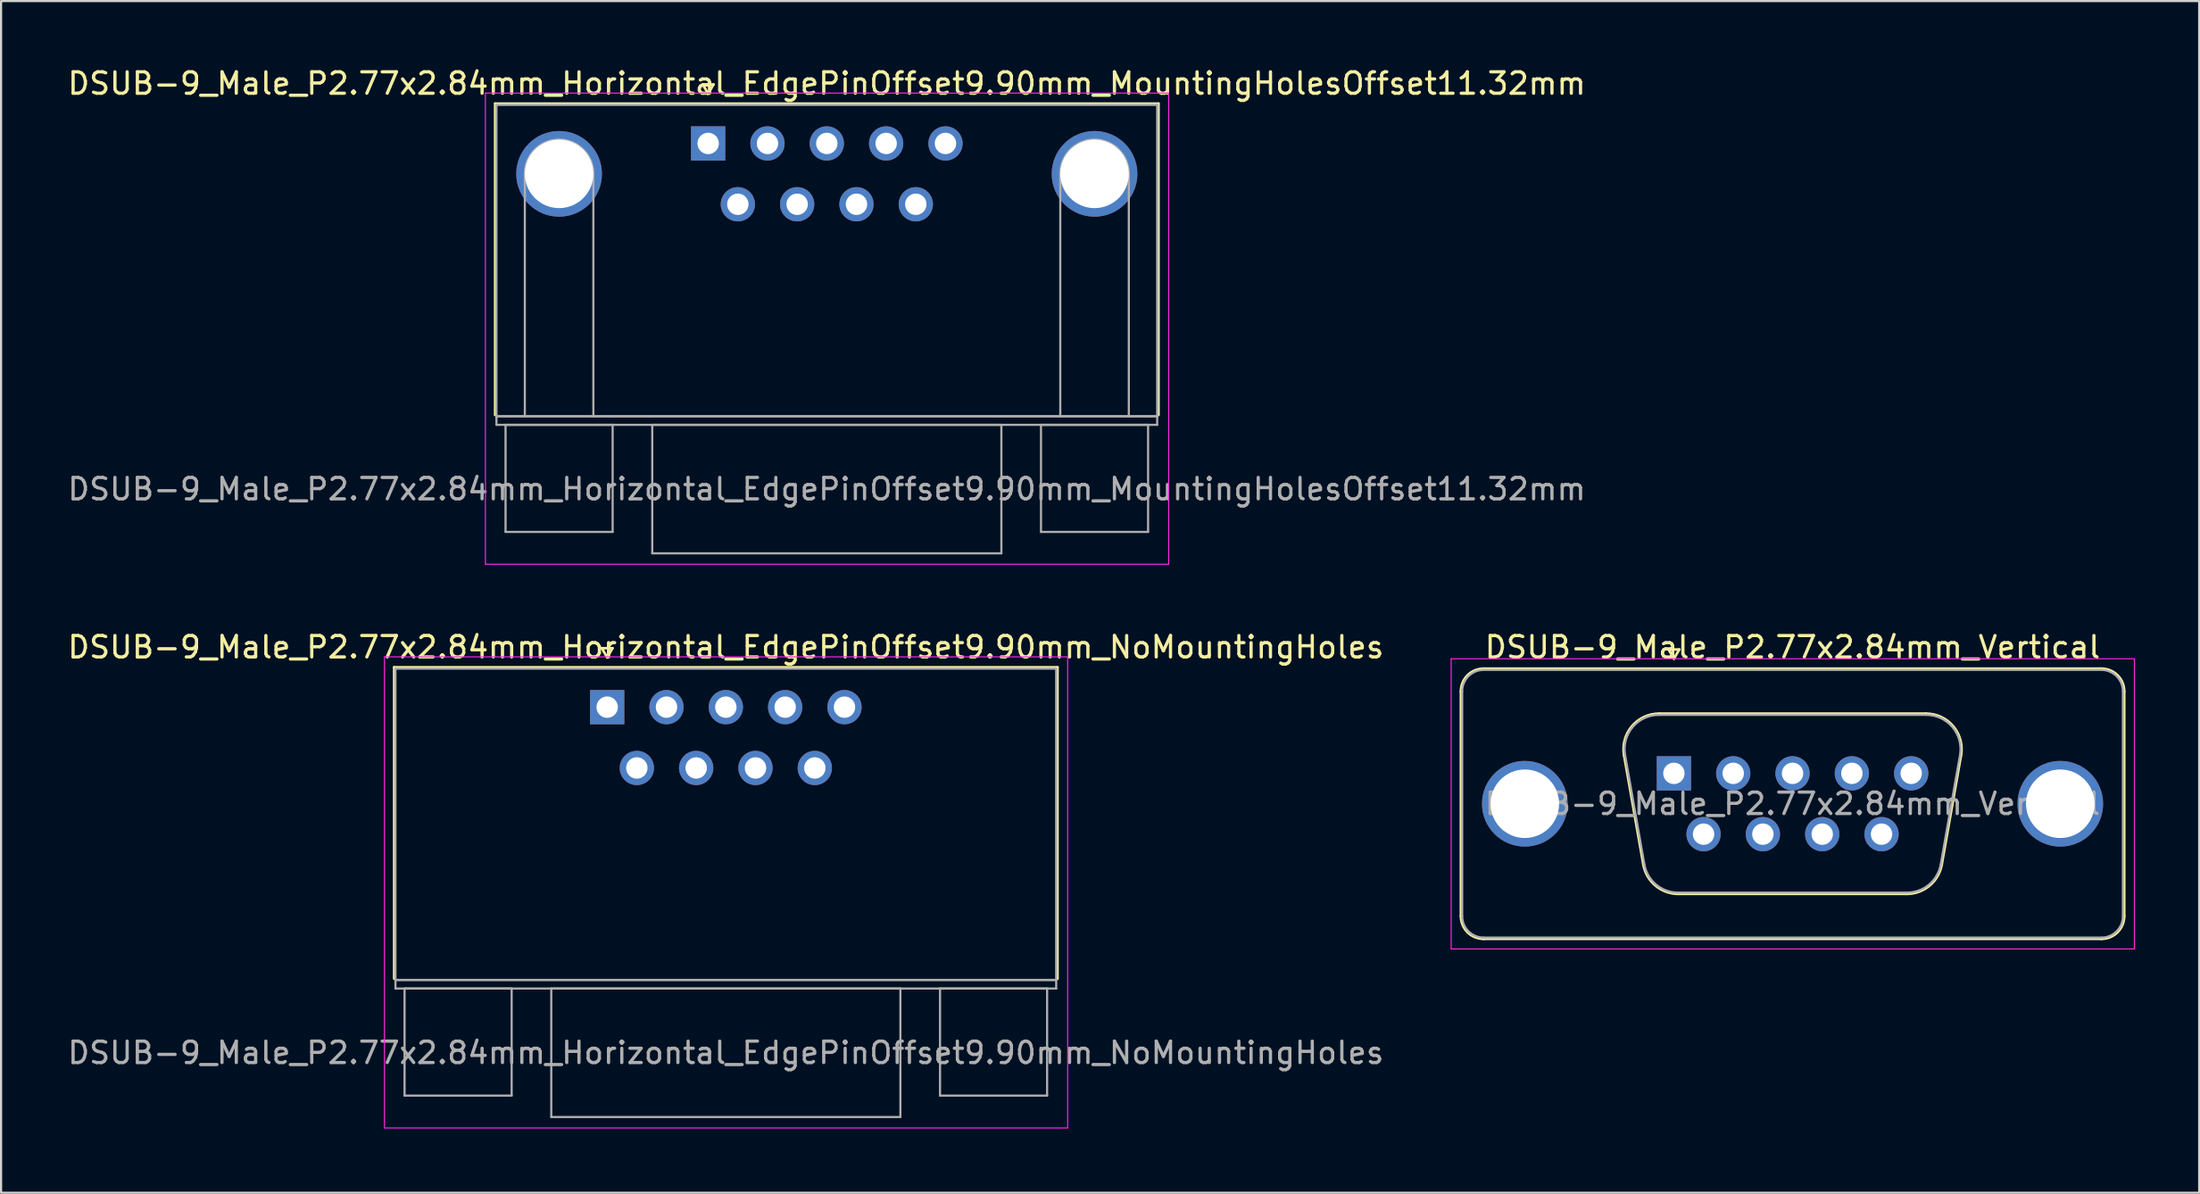
<source format=kicad_pcb>
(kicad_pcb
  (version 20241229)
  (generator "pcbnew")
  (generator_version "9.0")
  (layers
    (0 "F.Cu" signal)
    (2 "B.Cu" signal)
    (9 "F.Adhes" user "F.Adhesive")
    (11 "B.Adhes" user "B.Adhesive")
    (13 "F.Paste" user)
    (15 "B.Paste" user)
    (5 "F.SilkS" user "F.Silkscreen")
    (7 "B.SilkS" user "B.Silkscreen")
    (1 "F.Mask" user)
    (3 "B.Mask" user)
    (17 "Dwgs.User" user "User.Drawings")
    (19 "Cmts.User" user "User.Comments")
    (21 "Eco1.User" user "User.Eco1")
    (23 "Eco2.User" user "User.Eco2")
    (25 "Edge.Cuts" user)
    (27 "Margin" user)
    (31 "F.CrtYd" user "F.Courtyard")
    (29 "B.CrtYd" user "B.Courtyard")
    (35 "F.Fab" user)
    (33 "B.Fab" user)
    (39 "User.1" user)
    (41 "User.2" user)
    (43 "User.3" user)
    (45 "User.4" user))
  (footprint "DSUB-9_Male_P2.77x2.84mm_Horizontal_EdgePinOffset9.90mm_MountingHolesOffset11.32mm"
    (layer "F.Cu")
    (at 30.014 3.648)
    (property "Reference" "DSUB-9_Male_P2.77x2.84mm_Horizontal_EdgePinOffset9.90mm_MountingHolesOffset11.32mm" (at 5.54 -2.8 0) (layer "F.SilkS") (effects (font (size 1 1) (thickness 0.15))))
    (attr through_hole)
    (fp_line (start -9.945 -1.86) (end 21.025 -1.86) (stroke (width 0.12) (type solid)) (layer "F.SilkS"))
    (fp_line (start -9.945 12.68) (end -9.945 -1.86) (stroke (width 0.12) (type solid)) (layer "F.SilkS"))
    (fp_line (start -0.25 -2.754) (end 0.25 -2.754) (stroke (width 0.12) (type solid)) (layer "F.SilkS"))
    (fp_line (start 0 -2.321) (end -0.25 -2.754) (stroke (width 0.12) (type solid)) (layer "F.SilkS"))
    (fp_line (start 0.25 -2.754) (end 0 -2.321) (stroke (width 0.12) (type solid)) (layer "F.SilkS"))
    (fp_line (start 21.025 -1.86) (end 21.025 12.68) (stroke (width 0.12) (type solid)) (layer "F.SilkS"))
    (fp_line (start -10.4 -2.35) (end -10.4 19.65) (stroke (width 0.05) (type solid)) (layer "F.CrtYd"))
    (fp_line (start -10.4 19.65) (end 21.5 19.65) (stroke (width 0.05) (type solid)) (layer "F.CrtYd"))
    (fp_line (start 21.5 -2.35) (end -10.4 -2.35) (stroke (width 0.05) (type solid)) (layer "F.CrtYd"))
    (fp_line (start 21.5 19.65) (end 21.5 -2.35) (stroke (width 0.05) (type solid)) (layer "F.CrtYd"))
    (fp_line (start -9.885 -1.8) (end -9.885 12.74) (stroke (width 0.1) (type solid)) (layer "F.Fab"))
    (fp_line (start -9.885 12.74) (end -9.885 13.14) (stroke (width 0.1) (type solid)) (layer "F.Fab"))
    (fp_line (start -9.885 12.74) (end 20.965 12.74) (stroke (width 0.1) (type solid)) (layer "F.Fab"))
    (fp_line (start -9.885 13.14) (end 20.965 13.14) (stroke (width 0.1) (type solid)) (layer "F.Fab"))
    (fp_line (start -9.46 13.14) (end -9.46 18.14) (stroke (width 0.1) (type solid)) (layer "F.Fab"))
    (fp_line (start -9.46 18.14) (end -4.46 18.14) (stroke (width 0.1) (type solid)) (layer "F.Fab"))
    (fp_line (start -8.56 12.74) (end -8.56 1.42) (stroke (width 0.1) (type solid)) (layer "F.Fab"))
    (fp_line (start -5.36 12.74) (end -5.36 1.42) (stroke (width 0.1) (type solid)) (layer "F.Fab"))
    (fp_line (start -4.46 13.14) (end -9.46 13.14) (stroke (width 0.1) (type solid)) (layer "F.Fab"))
    (fp_line (start -4.46 18.14) (end -4.46 13.14) (stroke (width 0.1) (type solid)) (layer "F.Fab"))
    (fp_line (start -2.61 13.14) (end -2.61 19.14) (stroke (width 0.1) (type solid)) (layer "F.Fab"))
    (fp_line (start -2.61 19.14) (end 13.69 19.14) (stroke (width 0.1) (type solid)) (layer "F.Fab"))
    (fp_line (start 13.69 13.14) (end -2.61 13.14) (stroke (width 0.1) (type solid)) (layer "F.Fab"))
    (fp_line (start 13.69 19.14) (end 13.69 13.14) (stroke (width 0.1) (type solid)) (layer "F.Fab"))
    (fp_line (start 15.54 13.14) (end 15.54 18.14) (stroke (width 0.1) (type solid)) (layer "F.Fab"))
    (fp_line (start 15.54 18.14) (end 20.54 18.14) (stroke (width 0.1) (type solid)) (layer "F.Fab"))
    (fp_line (start 16.44 12.74) (end 16.44 1.42) (stroke (width 0.1) (type solid)) (layer "F.Fab"))
    (fp_line (start 19.64 12.74) (end 19.64 1.42) (stroke (width 0.1) (type solid)) (layer "F.Fab"))
    (fp_line (start 20.54 13.14) (end 15.54 13.14) (stroke (width 0.1) (type solid)) (layer "F.Fab"))
    (fp_line (start 20.54 18.14) (end 20.54 13.14) (stroke (width 0.1) (type solid)) (layer "F.Fab"))
    (fp_line (start 20.965 -1.8) (end -9.885 -1.8) (stroke (width 0.1) (type solid)) (layer "F.Fab"))
    (fp_line (start 20.965 12.74) (end -9.885 12.74) (stroke (width 0.1) (type solid)) (layer "F.Fab"))
    (fp_line (start 20.965 12.74) (end 20.965 -1.8) (stroke (width 0.1) (type solid)) (layer "F.Fab"))
    (fp_line (start 20.965 13.14) (end 20.965 12.74) (stroke (width 0.1) (type solid)) (layer "F.Fab"))
    (fp_arc (start -8.56 1.42) (mid -6.96 -0.18) (end -5.36 1.42) (stroke (width 0.1) (type solid)) (layer "F.Fab"))
    (fp_arc (start 16.44 1.42) (mid 18.04 -0.18) (end 19.64 1.42) (stroke (width 0.1) (type solid)) (layer "F.Fab"))
    (fp_text user "${REFERENCE}" (at 5.54 16.14 0) (layer "F.Fab") (effects (font (size 1 1) (thickness 0.15))))
    (pad "0" thru_hole circle (at -6.96 1.42) (size 4 4) (drill 3.2) (layers "*.Cu" "*.Mask"))
    (pad "0" thru_hole circle (at 18.04 1.42) (size 4 4) (drill 3.2) (layers "*.Cu" "*.Mask"))
    (pad "1" thru_hole rect (at 0 0) (size 1.6 1.6) (drill 1) (layers "*.Cu" "*.Mask"))
    (pad "2" thru_hole circle (at 2.77 0) (size 1.6 1.6) (drill 1) (layers "*.Cu" "*.Mask"))
    (pad "3" thru_hole circle (at 5.54 0) (size 1.6 1.6) (drill 1) (layers "*.Cu" "*.Mask"))
    (pad "4" thru_hole circle (at 8.31 0) (size 1.6 1.6) (drill 1) (layers "*.Cu" "*.Mask"))
    (pad "5" thru_hole circle (at 11.08 0) (size 1.6 1.6) (drill 1) (layers "*.Cu" "*.Mask"))
    (pad "6" thru_hole circle (at 1.385 2.84) (size 1.6 1.6) (drill 1) (layers "*.Cu" "*.Mask"))
    (pad "7" thru_hole circle (at 4.155 2.84) (size 1.6 1.6) (drill 1) (layers "*.Cu" "*.Mask"))
    (pad "8" thru_hole circle (at 6.925 2.84) (size 1.6 1.6) (drill 1) (layers "*.Cu" "*.Mask"))
    (pad "9" thru_hole circle (at 9.695 2.84) (size 1.6 1.6) (drill 1) (layers "*.Cu" "*.Mask")))
  (footprint "DSUB-9_Male_P2.77x2.84mm_Horizontal_EdgePinOffset9.90mm_NoMountingHoles"
    (layer "F.Cu")
    (at 25.299 29.971)
    (property "Reference" "DSUB-9_Male_P2.77x2.84mm_Horizontal_EdgePinOffset9.90mm_NoMountingHoles" (at 5.54 -2.8 0) (layer "F.SilkS") (effects (font (size 1 1) (thickness 0.15))))
    (attr through_hole)
    (fp_line (start -9.945 -1.86) (end 21.025 -1.86) (stroke (width 0.12) (type solid)) (layer "F.SilkS"))
    (fp_line (start -9.945 12.68) (end -9.945 -1.86) (stroke (width 0.12) (type solid)) (layer "F.SilkS"))
    (fp_line (start -0.25 -2.754) (end 0.25 -2.754) (stroke (width 0.12) (type solid)) (layer "F.SilkS"))
    (fp_line (start 0 -2.321) (end -0.25 -2.754) (stroke (width 0.12) (type solid)) (layer "F.SilkS"))
    (fp_line (start 0.25 -2.754) (end 0 -2.321) (stroke (width 0.12) (type solid)) (layer "F.SilkS"))
    (fp_line (start 21.025 -1.86) (end 21.025 12.68) (stroke (width 0.12) (type solid)) (layer "F.SilkS"))
    (fp_line (start -10.4 -2.35) (end -10.4 19.65) (stroke (width 0.05) (type solid)) (layer "F.CrtYd"))
    (fp_line (start -10.4 19.65) (end 21.5 19.65) (stroke (width 0.05) (type solid)) (layer "F.CrtYd"))
    (fp_line (start 21.5 -2.35) (end -10.4 -2.35) (stroke (width 0.05) (type solid)) (layer "F.CrtYd"))
    (fp_line (start 21.5 19.65) (end 21.5 -2.35) (stroke (width 0.05) (type solid)) (layer "F.CrtYd"))
    (fp_line (start -9.885 -1.8) (end -9.885 12.74) (stroke (width 0.1) (type solid)) (layer "F.Fab"))
    (fp_line (start -9.885 12.74) (end -9.885 13.14) (stroke (width 0.1) (type solid)) (layer "F.Fab"))
    (fp_line (start -9.885 12.74) (end 20.965 12.74) (stroke (width 0.1) (type solid)) (layer "F.Fab"))
    (fp_line (start -9.885 13.14) (end 20.965 13.14) (stroke (width 0.1) (type solid)) (layer "F.Fab"))
    (fp_line (start -9.46 13.14) (end -9.46 18.14) (stroke (width 0.1) (type solid)) (layer "F.Fab"))
    (fp_line (start -9.46 18.14) (end -4.46 18.14) (stroke (width 0.1) (type solid)) (layer "F.Fab"))
    (fp_line (start -4.46 13.14) (end -9.46 13.14) (stroke (width 0.1) (type solid)) (layer "F.Fab"))
    (fp_line (start -4.46 18.14) (end -4.46 13.14) (stroke (width 0.1) (type solid)) (layer "F.Fab"))
    (fp_line (start -2.61 13.14) (end -2.61 19.14) (stroke (width 0.1) (type solid)) (layer "F.Fab"))
    (fp_line (start -2.61 19.14) (end 13.69 19.14) (stroke (width 0.1) (type solid)) (layer "F.Fab"))
    (fp_line (start 13.69 13.14) (end -2.61 13.14) (stroke (width 0.1) (type solid)) (layer "F.Fab"))
    (fp_line (start 13.69 19.14) (end 13.69 13.14) (stroke (width 0.1) (type solid)) (layer "F.Fab"))
    (fp_line (start 15.54 13.14) (end 15.54 18.14) (stroke (width 0.1) (type solid)) (layer "F.Fab"))
    (fp_line (start 15.54 18.14) (end 20.54 18.14) (stroke (width 0.1) (type solid)) (layer "F.Fab"))
    (fp_line (start 20.54 13.14) (end 15.54 13.14) (stroke (width 0.1) (type solid)) (layer "F.Fab"))
    (fp_line (start 20.54 18.14) (end 20.54 13.14) (stroke (width 0.1) (type solid)) (layer "F.Fab"))
    (fp_line (start 20.965 -1.8) (end -9.885 -1.8) (stroke (width 0.1) (type solid)) (layer "F.Fab"))
    (fp_line (start 20.965 12.74) (end -9.885 12.74) (stroke (width 0.1) (type solid)) (layer "F.Fab"))
    (fp_line (start 20.965 12.74) (end 20.965 -1.8) (stroke (width 0.1) (type solid)) (layer "F.Fab"))
    (fp_line (start 20.965 13.14) (end 20.965 12.74) (stroke (width 0.1) (type solid)) (layer "F.Fab"))
    (fp_text user "${REFERENCE}" (at 5.54 16.14 0) (layer "F.Fab") (effects (font (size 1 1) (thickness 0.15))))
    (pad "1" thru_hole rect (at 0 0) (size 1.6 1.6) (drill 1) (layers "*.Cu" "*.Mask"))
    (pad "2" thru_hole circle (at 2.77 0) (size 1.6 1.6) (drill 1) (layers "*.Cu" "*.Mask"))
    (pad "3" thru_hole circle (at 5.54 0) (size 1.6 1.6) (drill 1) (layers "*.Cu" "*.Mask"))
    (pad "4" thru_hole circle (at 8.31 0) (size 1.6 1.6) (drill 1) (layers "*.Cu" "*.Mask"))
    (pad "5" thru_hole circle (at 11.08 0) (size 1.6 1.6) (drill 1) (layers "*.Cu" "*.Mask"))
    (pad "6" thru_hole circle (at 1.385 2.84) (size 1.6 1.6) (drill 1) (layers "*.Cu" "*.Mask"))
    (pad "7" thru_hole circle (at 4.155 2.84) (size 1.6 1.6) (drill 1) (layers "*.Cu" "*.Mask"))
    (pad "8" thru_hole circle (at 6.925 2.84) (size 1.6 1.6) (drill 1) (layers "*.Cu" "*.Mask"))
    (pad "9" thru_hole circle (at 9.695 2.84) (size 1.6 1.6) (drill 1) (layers "*.Cu" "*.Mask")))
  (footprint "DSUB-9_Male_P2.77x2.84mm_Vertical"
    (layer "F.Cu")
    (at 75.104 33.062)
    (property "Reference" "DSUB-9_Male_P2.77x2.84mm_Vertical" (at 5.54 -5.89 0) (layer "F.SilkS") (effects (font (size 1 1) (thickness 0.15))))
    (attr through_hole)
    (fp_line (start -9.945 6.67) (end -9.945 -3.83) (stroke (width 0.12) (type solid)) (layer "F.SilkS"))
    (fp_line (start -8.885 -4.89) (end 19.965 -4.89) (stroke (width 0.12) (type solid)) (layer "F.SilkS"))
    (fp_line (start -2.326 -0.842) (end -1.427 4.258) (stroke (width 0.12) (type solid)) (layer "F.SilkS"))
    (fp_line (start -0.692 -2.79) (end 11.772 -2.79) (stroke (width 0.12) (type solid)) (layer "F.SilkS"))
    (fp_line (start -0.25 -5.784) (end 0.25 -5.784) (stroke (width 0.12) (type solid)) (layer "F.SilkS"))
    (fp_line (start 0 -5.351) (end -0.25 -5.784) (stroke (width 0.12) (type solid)) (layer "F.SilkS"))
    (fp_line (start 0.208 5.63) (end 10.872 5.63) (stroke (width 0.12) (type solid)) (layer "F.SilkS"))
    (fp_line (start 0.25 -5.784) (end 0 -5.351) (stroke (width 0.12) (type solid)) (layer "F.SilkS"))
    (fp_line (start 13.406 -0.842) (end 12.507 4.258) (stroke (width 0.12) (type solid)) (layer "F.SilkS"))
    (fp_line (start 19.965 7.73) (end -8.885 7.73) (stroke (width 0.12) (type solid)) (layer "F.SilkS"))
    (fp_line (start 21.025 -3.83) (end 21.025 6.67) (stroke (width 0.12) (type solid)) (layer "F.SilkS"))
    (fp_arc (start -9.945 -3.83) (mid -9.634533 -4.579533) (end -8.885 -4.89) (stroke (width 0.12) (type solid)) (layer "F.SilkS"))
    (fp_arc (start -8.885 7.73) (mid -9.634533 7.419533) (end -9.945 6.67) (stroke (width 0.12) (type solid)) (layer "F.SilkS"))
    (fp_arc (start -2.32647 -0.841744) (mid -1.963323 -2.197028) (end -0.691689 -2.79) (stroke (width 0.12) (type solid)) (layer "F.SilkS"))
    (fp_arc (start 0.207579 5.63) (mid -0.859448 5.241634) (end -1.427202 4.258256) (stroke (width 0.12) (type solid)) (layer "F.SilkS"))
    (fp_arc (start 11.771689 -2.79) (mid 13.043323 -2.197027) (end 13.40647 -0.841744) (stroke (width 0.12) (type solid)) (layer "F.SilkS"))
    (fp_arc (start 12.507202 4.258256) (mid 11.939449 5.241634) (end 10.872421 5.63) (stroke (width 0.12) (type solid)) (layer "F.SilkS"))
    (fp_arc (start 19.965 -4.89) (mid 20.714533 -4.579533) (end 21.025 -3.83) (stroke (width 0.12) (type solid)) (layer "F.SilkS"))
    (fp_arc (start 21.025 6.67) (mid 20.714533 7.419533) (end 19.965 7.73) (stroke (width 0.12) (type solid)) (layer "F.SilkS"))
    (fp_line (start -10.4 -5.35) (end -10.4 8.2) (stroke (width 0.05) (type solid)) (layer "F.CrtYd"))
    (fp_line (start -10.4 8.2) (end 21.5 8.2) (stroke (width 0.05) (type solid)) (layer "F.CrtYd"))
    (fp_line (start 21.5 -5.35) (end -10.4 -5.35) (stroke (width 0.05) (type solid)) (layer "F.CrtYd"))
    (fp_line (start 21.5 8.2) (end 21.5 -5.35) (stroke (width 0.05) (type solid)) (layer "F.CrtYd"))
    (fp_line (start -9.885 6.67) (end -9.885 -3.83) (stroke (width 0.1) (type solid)) (layer "F.Fab"))
    (fp_line (start -8.885 -4.83) (end 19.965 -4.83) (stroke (width 0.1) (type solid)) (layer "F.Fab"))
    (fp_line (start -2.279 -0.852) (end -1.38 4.248) (stroke (width 0.1) (type solid)) (layer "F.Fab"))
    (fp_line (start -0.703 -2.73) (end 11.783 -2.73) (stroke (width 0.1) (type solid)) (layer "F.Fab"))
    (fp_line (start 0.196 5.57) (end 10.884 5.57) (stroke (width 0.1) (type solid)) (layer "F.Fab"))
    (fp_line (start 13.359 -0.852) (end 12.46 4.248) (stroke (width 0.1) (type solid)) (layer "F.Fab"))
    (fp_line (start 19.965 7.67) (end -8.885 7.67) (stroke (width 0.1) (type solid)) (layer "F.Fab"))
    (fp_line (start 20.965 -3.83) (end 20.965 6.67) (stroke (width 0.1) (type solid)) (layer "F.Fab"))
    (fp_arc (start -9.885 -3.83) (mid -9.592107 -4.537107) (end -8.885 -4.83) (stroke (width 0.1) (type solid)) (layer "F.Fab"))
    (fp_arc (start -8.885 7.67) (mid -9.592107 7.377107) (end -9.885 6.67) (stroke (width 0.1) (type solid)) (layer "F.Fab"))
    (fp_arc (start -2.278886 -0.852163) (mid -1.928865 -2.15846) (end -0.703194 -2.73) (stroke (width 0.1) (type solid)) (layer "F.Fab"))
    (fp_arc (start 0.196073 5.57) (mid -0.832387 5.195671) (end -1.379619 4.247837) (stroke (width 0.1) (type solid)) (layer "F.Fab"))
    (fp_arc (start 11.783194 -2.73) (mid 13.008865 -2.15846) (end 13.358886 -0.852163) (stroke (width 0.1) (type solid)) (layer "F.Fab"))
    (fp_arc (start 12.459619 4.247837) (mid 11.912387 5.195671) (end 10.883927 5.57) (stroke (width 0.1) (type solid)) (layer "F.Fab"))
    (fp_arc (start 19.965 -4.83) (mid 20.672107 -4.537107) (end 20.965 -3.83) (stroke (width 0.1) (type solid)) (layer "F.Fab"))
    (fp_arc (start 20.965 6.67) (mid 20.672107 7.377107) (end 19.965 7.67) (stroke (width 0.1) (type solid)) (layer "F.Fab"))
    (fp_text user "${REFERENCE}" (at 5.54 1.42 0) (layer "F.Fab") (effects (font (size 1 1) (thickness 0.15))))
    (pad "0" thru_hole circle (at -6.96 1.42) (size 4 4) (drill 3.2) (layers "*.Cu" "*.Mask"))
    (pad "0" thru_hole circle (at 18.04 1.42) (size 4 4) (drill 3.2) (layers "*.Cu" "*.Mask"))
    (pad "1" thru_hole rect (at 0 0) (size 1.6 1.6) (drill 1) (layers "*.Cu" "*.Mask"))
    (pad "2" thru_hole circle (at 2.77 0) (size 1.6 1.6) (drill 1) (layers "*.Cu" "*.Mask"))
    (pad "3" thru_hole circle (at 5.54 0) (size 1.6 1.6) (drill 1) (layers "*.Cu" "*.Mask"))
    (pad "4" thru_hole circle (at 8.31 0) (size 1.6 1.6) (drill 1) (layers "*.Cu" "*.Mask"))
    (pad "5" thru_hole circle (at 11.08 0) (size 1.6 1.6) (drill 1) (layers "*.Cu" "*.Mask"))
    (pad "6" thru_hole circle (at 1.385 2.84) (size 1.6 1.6) (drill 1) (layers "*.Cu" "*.Mask"))
    (pad "7" thru_hole circle (at 4.155 2.84) (size 1.6 1.6) (drill 1) (layers "*.Cu" "*.Mask"))
    (pad "8" thru_hole circle (at 6.925 2.84) (size 1.6 1.6) (drill 1) (layers "*.Cu" "*.Mask"))
    (pad "9" thru_hole circle (at 9.695 2.84) (size 1.6 1.6) (drill 1) (layers "*.Cu" "*.Mask")))
  (gr_rect
    (start -3 -3)
    (end 99.629 52.647)
    (stroke (width 0.1) (type default))
    (fill no)
    (layer "Edge.Cuts")))
</source>
